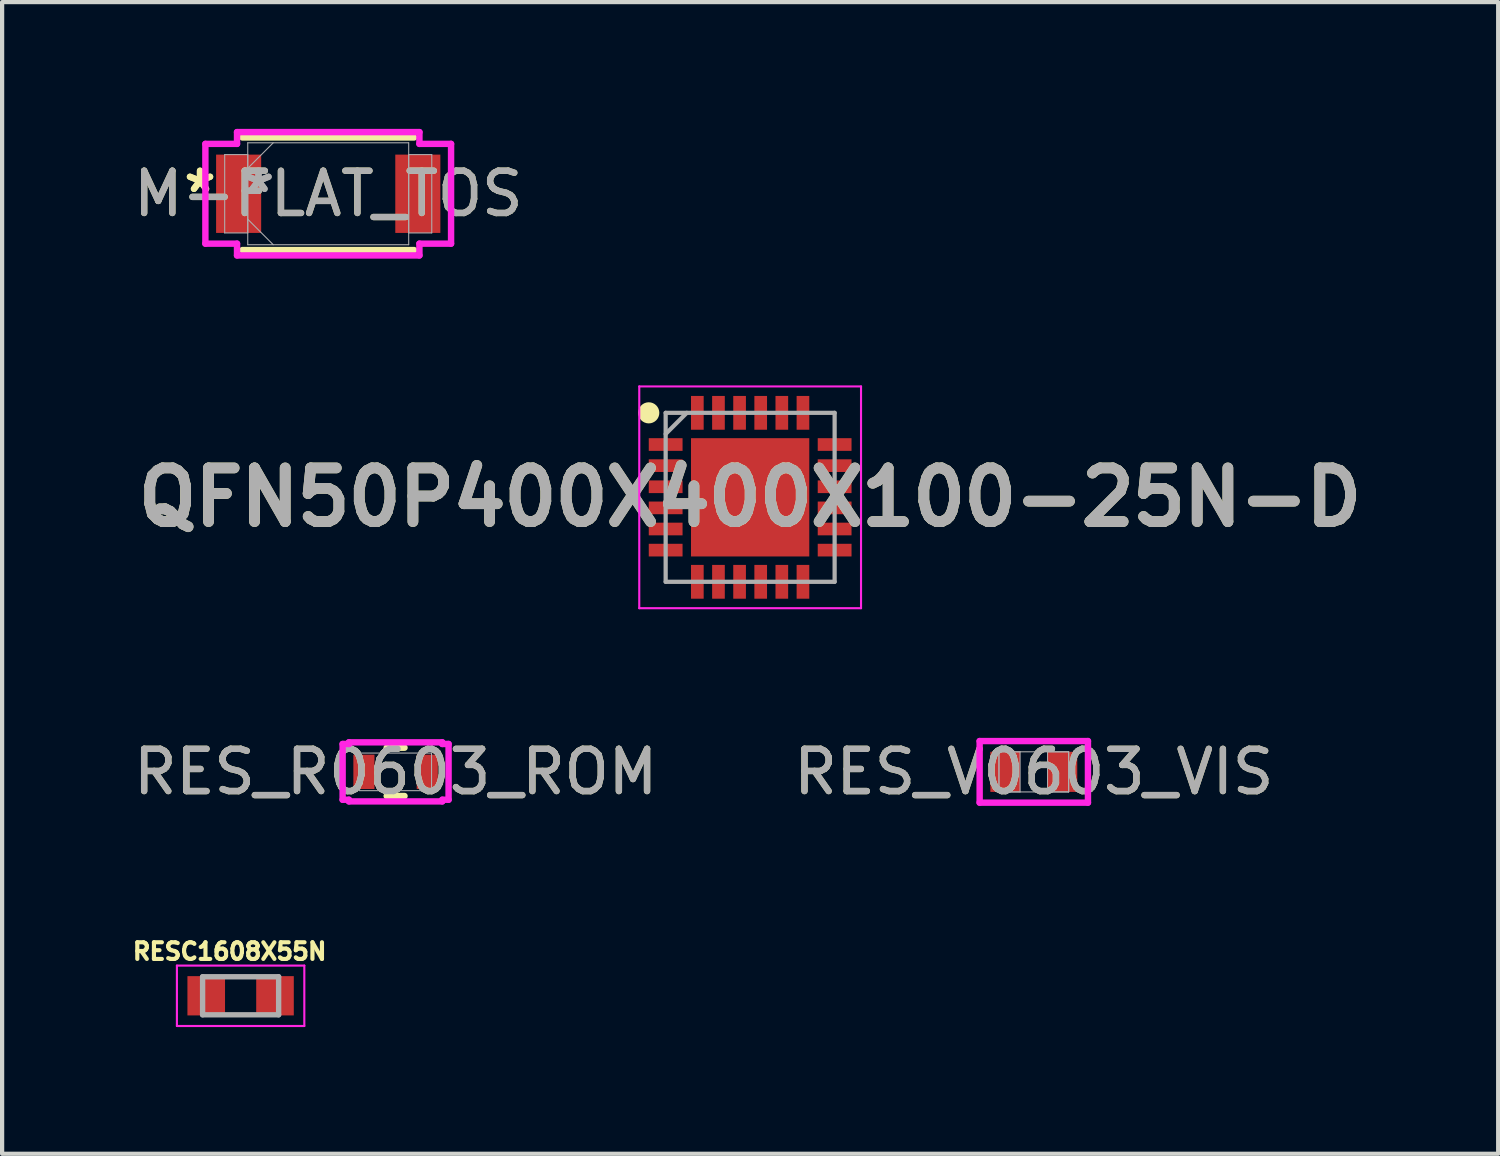
<source format=kicad_pcb>
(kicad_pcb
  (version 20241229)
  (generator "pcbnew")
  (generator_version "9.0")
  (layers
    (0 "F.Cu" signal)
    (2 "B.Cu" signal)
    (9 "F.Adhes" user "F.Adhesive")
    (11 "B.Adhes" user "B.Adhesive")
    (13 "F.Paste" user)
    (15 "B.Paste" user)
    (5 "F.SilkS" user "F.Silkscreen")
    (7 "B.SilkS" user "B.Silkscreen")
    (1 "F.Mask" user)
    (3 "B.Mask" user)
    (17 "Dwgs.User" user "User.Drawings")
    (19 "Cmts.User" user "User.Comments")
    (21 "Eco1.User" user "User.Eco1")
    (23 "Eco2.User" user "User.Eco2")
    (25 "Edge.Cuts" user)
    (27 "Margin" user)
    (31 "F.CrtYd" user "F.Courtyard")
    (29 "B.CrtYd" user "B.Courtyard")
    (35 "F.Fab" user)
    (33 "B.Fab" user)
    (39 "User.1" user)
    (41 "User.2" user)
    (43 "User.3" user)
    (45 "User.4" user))
  (footprint "RES_V0603_VIS"
    (layer "F.Cu")
    (at 21.423 15.222)
    (property "Reference" "RES_V0603_VIS" (at 0 0 0) (unlocked yes) (layer "F.SilkS") (effects (font (size 1 1) (thickness 0.15))))
    (attr smd)
    (fp_line (start -1.282 -0.729) (end 1.282 -0.729) (stroke (width 0.152) (type solid)) (layer "F.CrtYd"))
    (fp_line (start -1.282 0.729) (end -1.282 -0.729) (stroke (width 0.152) (type solid)) (layer "F.CrtYd"))
    (fp_line (start 1.282 -0.729) (end 1.282 0.729) (stroke (width 0.152) (type solid)) (layer "F.CrtYd"))
    (fp_line (start 1.282 0.729) (end -1.282 0.729) (stroke (width 0.152) (type solid)) (layer "F.CrtYd"))
    (fp_line (start -0.825 -0.475) (end -0.825 0.475) (stroke (width 0.025) (type solid)) (layer "F.Fab"))
    (fp_line (start -0.825 -0.475) (end -0.825 0.475) (stroke (width 0.025) (type solid)) (layer "F.Fab"))
    (fp_line (start -0.825 0.475) (end -0.325 0.475) (stroke (width 0.025) (type solid)) (layer "F.Fab"))
    (fp_line (start -0.825 0.475) (end 0.825 0.475) (stroke (width 0.025) (type solid)) (layer "F.Fab"))
    (fp_line (start -0.325 -0.475) (end -0.825 -0.475) (stroke (width 0.025) (type solid)) (layer "F.Fab"))
    (fp_line (start -0.325 0.475) (end -0.325 -0.475) (stroke (width 0.025) (type solid)) (layer "F.Fab"))
    (fp_line (start 0.325 -0.475) (end 0.325 0.475) (stroke (width 0.025) (type solid)) (layer "F.Fab"))
    (fp_line (start 0.325 0.475) (end 0.825 0.475) (stroke (width 0.025) (type solid)) (layer "F.Fab"))
    (fp_line (start 0.825 -0.475) (end -0.825 -0.475) (stroke (width 0.025) (type solid)) (layer "F.Fab"))
    (fp_line (start 0.825 -0.475) (end 0.325 -0.475) (stroke (width 0.025) (type solid)) (layer "F.Fab"))
    (fp_line (start 0.825 0.475) (end 0.825 -0.475) (stroke (width 0.025) (type solid)) (layer "F.Fab"))
    (fp_line (start 0.825 0.475) (end 0.825 -0.475) (stroke (width 0.025) (type solid)) (layer "F.Fab"))
    (fp_text user "${REFERENCE}" (at 0 0 0) (unlocked yes) (layer "F.Fab") (effects (font (size 1 1) (thickness 0.15))))
    (pad "1" smd rect (at -0.677 0) (size 0.703 0.95) (layers "F.Cu" "F.Mask" "F.Paste"))
    (pad "2" smd rect (at 0.677 0) (size 0.703 0.95) (layers "F.Cu" "F.Mask" "F.Paste"))
    (zone (net_name "") (layer "F.Cu") (hatch full 0.508) (connect_pads) (min_thickness 0.254) (filled_areas_thickness no) (keepout (tracks not_allowed) (vias not_allowed) (pads allowed) (copperpour not_allowed) (footprints allowed)) (placement (enabled no)) (fill) (polygon (pts (xy 21.148 14.797) (xy 21.697 14.797) (xy 21.697 15.646) (xy 21.148 15.646)))))
  (footprint "RES_R0603_ROM"
    (layer "F.Cu")
    (at 6.315 15.222)
    (property "Reference" "RES_R0603_ROM" (at 0 0 0) (unlocked yes) (layer "F.SilkS") (effects (font (size 1 1) (thickness 0.15))))
    (attr smd)
    (fp_line (start -0.211 0.572) (end 0.211 0.572) (stroke (width 0.152) (type solid)) (layer "F.SilkS"))
    (fp_line (start 0.211 -0.572) (end -0.211 -0.572) (stroke (width 0.152) (type solid)) (layer "F.SilkS"))
    (fp_line (start -1.254 -0.66) (end -1.105 -0.66) (stroke (width 0.152) (type solid)) (layer "F.CrtYd"))
    (fp_line (start -1.254 0.66) (end -1.254 -0.66) (stroke (width 0.152) (type solid)) (layer "F.CrtYd"))
    (fp_line (start -1.105 -0.699) (end 1.105 -0.699) (stroke (width 0.152) (type solid)) (layer "F.CrtYd"))
    (fp_line (start -1.105 -0.66) (end -1.105 -0.699) (stroke (width 0.152) (type solid)) (layer "F.CrtYd"))
    (fp_line (start -1.105 0.66) (end -1.254 0.66) (stroke (width 0.152) (type solid)) (layer "F.CrtYd"))
    (fp_line (start -1.105 0.699) (end -1.105 0.66) (stroke (width 0.152) (type solid)) (layer "F.CrtYd"))
    (fp_line (start 1.105 -0.699) (end 1.105 -0.66) (stroke (width 0.152) (type solid)) (layer "F.CrtYd"))
    (fp_line (start 1.105 -0.66) (end 1.254 -0.66) (stroke (width 0.152) (type solid)) (layer "F.CrtYd"))
    (fp_line (start 1.105 0.66) (end 1.105 0.699) (stroke (width 0.152) (type solid)) (layer "F.CrtYd"))
    (fp_line (start 1.105 0.699) (end -1.105 0.699) (stroke (width 0.152) (type solid)) (layer "F.CrtYd"))
    (fp_line (start 1.254 -0.66) (end 1.254 0.66) (stroke (width 0.152) (type solid)) (layer "F.CrtYd"))
    (fp_line (start 1.254 0.66) (end 1.105 0.66) (stroke (width 0.152) (type solid)) (layer "F.CrtYd"))
    (fp_line (start -0.851 -0.445) (end -0.851 0.445) (stroke (width 0.025) (type solid)) (layer "F.Fab"))
    (fp_line (start -0.851 0.445) (end 0.851 0.445) (stroke (width 0.025) (type solid)) (layer "F.Fab"))
    (fp_line (start 0.851 -0.445) (end -0.851 -0.445) (stroke (width 0.025) (type solid)) (layer "F.Fab"))
    (fp_line (start 0.851 0.445) (end 0.851 -0.445) (stroke (width 0.025) (type solid)) (layer "F.Fab"))
    (fp_text user "${REFERENCE}" (at 0 0 0) (unlocked yes) (layer "F.Fab") (effects (font (size 1 1) (thickness 0.15))))
    (pad "1" smd rect (at -0.75 0) (size 0.5 0.813) (layers "F.Cu" "F.Mask" "F.Paste"))
    (pad "2" smd rect (at 0.75 0) (size 0.5 0.813) (layers "F.Cu" "F.Mask" "F.Paste"))
    (zone (net_name "") (layer "F.Cu") (hatch full 0.508) (connect_pads) (min_thickness 0.254) (filled_areas_thickness no) (keepout (tracks not_allowed) (vias not_allowed) (pads allowed) (copperpour not_allowed) (footprints allowed)) (placement (enabled no)) (fill) (polygon (pts (xy 5.866 14.828) (xy 6.765 14.828) (xy 6.765 15.615) (xy 5.866 15.615)))))
  (footprint "M-FLAT_TOS"
    (layer "F.Cu")
    (at 4.72 1.537)
    (property "Reference" "M-FLAT_TOS" (at 0 0 0) (unlocked yes) (layer "F.SilkS") (effects (font (size 1 1) (thickness 0.15))))
    (attr smd)
    (fp_line (start -2.032 1.333) (end 2.032 1.333) (stroke (width 0.152) (type solid)) (layer "F.SilkS"))
    (fp_line (start 2.032 -1.333) (end -2.032 -1.333) (stroke (width 0.152) (type solid)) (layer "F.SilkS"))
    (fp_line (start -2.908 -1.181) (end -2.159 -1.181) (stroke (width 0.152) (type solid)) (layer "F.CrtYd"))
    (fp_line (start -2.908 1.181) (end -2.908 -1.181) (stroke (width 0.152) (type solid)) (layer "F.CrtYd"))
    (fp_line (start -2.159 -1.46) (end 2.159 -1.46) (stroke (width 0.152) (type solid)) (layer "F.CrtYd"))
    (fp_line (start -2.159 -1.181) (end -2.159 -1.46) (stroke (width 0.152) (type solid)) (layer "F.CrtYd"))
    (fp_line (start -2.159 1.181) (end -2.908 1.181) (stroke (width 0.152) (type solid)) (layer "F.CrtYd"))
    (fp_line (start -2.159 1.46) (end -2.159 1.181) (stroke (width 0.152) (type solid)) (layer "F.CrtYd"))
    (fp_line (start 2.159 -1.46) (end 2.159 -1.181) (stroke (width 0.152) (type solid)) (layer "F.CrtYd"))
    (fp_line (start 2.159 -1.181) (end 2.908 -1.181) (stroke (width 0.152) (type solid)) (layer "F.CrtYd"))
    (fp_line (start 2.159 1.181) (end 2.159 1.46) (stroke (width 0.152) (type solid)) (layer "F.CrtYd"))
    (fp_line (start 2.159 1.46) (end -2.159 1.46) (stroke (width 0.152) (type solid)) (layer "F.CrtYd"))
    (fp_line (start 2.908 -1.181) (end 2.908 1.181) (stroke (width 0.152) (type solid)) (layer "F.CrtYd"))
    (fp_line (start 2.908 1.181) (end 2.159 1.181) (stroke (width 0.152) (type solid)) (layer "F.CrtYd"))
    (fp_line (start -2.451 -0.927) (end -2.451 0.927) (stroke (width 0.025) (type solid)) (layer "F.Fab"))
    (fp_line (start -2.451 0.927) (end -1.905 0.927) (stroke (width 0.025) (type solid)) (layer "F.Fab"))
    (fp_line (start -1.905 -1.206) (end -1.905 1.206) (stroke (width 0.025) (type solid)) (layer "F.Fab"))
    (fp_line (start -1.905 -0.927) (end -2.451 -0.927) (stroke (width 0.025) (type solid)) (layer "F.Fab"))
    (fp_line (start -1.905 -0.603) (end -1.302 -1.206) (stroke (width 0.025) (type solid)) (layer "F.Fab"))
    (fp_line (start -1.905 0.603) (end -1.302 1.206) (stroke (width 0.025) (type solid)) (layer "F.Fab"))
    (fp_line (start -1.905 0.927) (end -1.905 -0.927) (stroke (width 0.025) (type solid)) (layer "F.Fab"))
    (fp_line (start -1.905 1.206) (end 1.905 1.206) (stroke (width 0.025) (type solid)) (layer "F.Fab"))
    (fp_line (start 1.905 -1.206) (end -1.905 -1.206) (stroke (width 0.025) (type solid)) (layer "F.Fab"))
    (fp_line (start 1.905 -0.927) (end 1.905 0.927) (stroke (width 0.025) (type solid)) (layer "F.Fab"))
    (fp_line (start 1.905 0.927) (end 2.451 0.927) (stroke (width 0.025) (type solid)) (layer "F.Fab"))
    (fp_line (start 1.905 1.206) (end 1.905 -1.206) (stroke (width 0.025) (type solid)) (layer "F.Fab"))
    (fp_line (start 2.451 -0.927) (end 1.905 -0.927) (stroke (width 0.025) (type solid)) (layer "F.Fab"))
    (fp_line (start 2.451 0.927) (end 2.451 -0.927) (stroke (width 0.025) (type solid)) (layer "F.Fab"))
    (fp_text user "*" (at -3.035 0 0) (unlocked yes) (layer "F.SilkS") (effects (font (size 1 1) (thickness 0.15))))
    (fp_text user "*" (at -3.035 0 0) (layer "F.SilkS") (effects (font (size 1 1) (thickness 0.15))))
    (fp_text user "*" (at -1.651 0 0) (unlocked yes) (layer "F.Fab") (effects (font (size 1 1) (thickness 0.15))))
    (fp_text user "${REFERENCE}" (at 0 0 0) (unlocked yes) (layer "F.Fab") (effects (font (size 1 1) (thickness 0.15))))
    (fp_text user "*" (at -1.651 0 0) (layer "F.Fab") (effects (font (size 1 1) (thickness 0.15))))
    (pad "1" smd rect (at -2.121 0) (size 1.067 1.854) (layers "F.Cu" "F.Mask" "F.Paste"))
    (pad "2" smd rect (at 2.121 0) (size 1.067 1.854) (layers "F.Cu" "F.Mask" "F.Paste"))
    (zone (net_name "") (layer "F.Cu") (hatch full 0.508) (connect_pads) (min_thickness 0.254) (filled_areas_thickness no) (keepout (tracks not_allowed) (vias not_allowed) (pads allowed) (copperpour not_allowed) (footprints allowed)) (placement (enabled no)) (fill) (polygon (pts (xy 3.184 0.381) (xy 6.257 0.381) (xy 6.257 2.692) (xy 3.184 2.692)))))
  (footprint "RESC1608X55N"
    (layer "F.Cu")
    (at 2.646 20.523)
    (property "Reference" "RESC1608X55N" (at -0.26 -1.05 0) (layer "F.SilkS") (effects (font (size 0.394 0.394) (thickness 0.098))))
    (attr smd)
    (fp_line (start -1.508 -0.715) (end 1.508 -0.715) (stroke (width 0.05) (type solid)) (layer "F.CrtYd"))
    (fp_line (start -1.508 0.715) (end -1.508 -0.715) (stroke (width 0.05) (type solid)) (layer "F.CrtYd"))
    (fp_line (start -1.508 0.715) (end 1.508 0.715) (stroke (width 0.05) (type solid)) (layer "F.CrtYd"))
    (fp_line (start 1.508 0.715) (end 1.508 -0.715) (stroke (width 0.05) (type solid)) (layer "F.CrtYd"))
    (fp_line (start -0.9 0.45) (end -0.9 -0.45) (stroke (width 0.127) (type solid)) (layer "F.Fab"))
    (fp_line (start 0.9 -0.45) (end -0.9 -0.45) (stroke (width 0.127) (type solid)) (layer "F.Fab"))
    (fp_line (start 0.9 0.45) (end -0.9 0.45) (stroke (width 0.127) (type solid)) (layer "F.Fab"))
    (fp_line (start 0.9 0.45) (end 0.9 -0.45) (stroke (width 0.127) (type solid)) (layer "F.Fab"))
    (pad "1" smd rect (at -0.814 0) (size 0.89 0.93) (layers "F.Cu" "F.Mask" "F.Paste"))
    (pad "2" smd rect (at 0.814 0) (size 0.89 0.93) (layers "F.Cu" "F.Mask" "F.Paste")))
  (footprint "QFN50P400X400X100-25N-D"
    (layer "F.Cu")
    (at 14.708 8.723)
    (property "Reference" "QFN50P400X400X100-25N-D" (at 0 0 0) (layer "F.SilkS") (effects (font (size 1.27 1.27) (thickness 0.254))))
    (attr smd)
    (fp_circle (center -2.4 -2) (end -2.4 -1.875) (stroke (width 0.25) (type solid)) (fill no) (layer "F.SilkS"))
    (fp_line (start -2.625 -2.625) (end 2.625 -2.625) (stroke (width 0.05) (type solid)) (layer "F.CrtYd"))
    (fp_line (start -2.625 2.625) (end -2.625 -2.625) (stroke (width 0.05) (type solid)) (layer "F.CrtYd"))
    (fp_line (start 2.625 -2.625) (end 2.625 2.625) (stroke (width 0.05) (type solid)) (layer "F.CrtYd"))
    (fp_line (start 2.625 2.625) (end -2.625 2.625) (stroke (width 0.05) (type solid)) (layer "F.CrtYd"))
    (fp_line (start -2 -2) (end 2 -2) (stroke (width 0.1) (type solid)) (layer "F.Fab"))
    (fp_line (start -2 -1.5) (end -1.5 -2) (stroke (width 0.1) (type solid)) (layer "F.Fab"))
    (fp_line (start -2 2) (end -2 -2) (stroke (width 0.1) (type solid)) (layer "F.Fab"))
    (fp_line (start 2 -2) (end 2 2) (stroke (width 0.1) (type solid)) (layer "F.Fab"))
    (fp_line (start 2 2) (end -2 2) (stroke (width 0.1) (type solid)) (layer "F.Fab"))
    (fp_text user "${REFERENCE}" (at 0 0 0) (layer "F.Fab") (effects (font (size 1.27 1.27) (thickness 0.254))))
    (pad "1" smd rect (at -2 -1.25 90) (size 0.3 0.8) (layers "F.Cu" "F.Mask" "F.Paste"))
    (pad "2" smd rect (at -2 -0.75 90) (size 0.3 0.8) (layers "F.Cu" "F.Mask" "F.Paste"))
    (pad "3" smd rect (at -2 -0.25 90) (size 0.3 0.8) (layers "F.Cu" "F.Mask" "F.Paste"))
    (pad "4" smd rect (at -2 0.25 90) (size 0.3 0.8) (layers "F.Cu" "F.Mask" "F.Paste"))
    (pad "5" smd rect (at -2 0.75 90) (size 0.3 0.8) (layers "F.Cu" "F.Mask" "F.Paste"))
    (pad "6" smd rect (at -2 1.25 90) (size 0.3 0.8) (layers "F.Cu" "F.Mask" "F.Paste"))
    (pad "7" smd rect (at -1.25 2) (size 0.3 0.8) (layers "F.Cu" "F.Mask" "F.Paste"))
    (pad "8" smd rect (at -0.75 2) (size 0.3 0.8) (layers "F.Cu" "F.Mask" "F.Paste"))
    (pad "9" smd rect (at -0.25 2) (size 0.3 0.8) (layers "F.Cu" "F.Mask" "F.Paste"))
    (pad "10" smd rect (at 0.25 2) (size 0.3 0.8) (layers "F.Cu" "F.Mask" "F.Paste"))
    (pad "11" smd rect (at 0.75 2) (size 0.3 0.8) (layers "F.Cu" "F.Mask" "F.Paste"))
    (pad "12" smd rect (at 1.25 2) (size 0.3 0.8) (layers "F.Cu" "F.Mask" "F.Paste"))
    (pad "13" smd rect (at 2 1.25 90) (size 0.3 0.8) (layers "F.Cu" "F.Mask" "F.Paste"))
    (pad "14" smd rect (at 2 0.75 90) (size 0.3 0.8) (layers "F.Cu" "F.Mask" "F.Paste"))
    (pad "15" smd rect (at 2 0.25 90) (size 0.3 0.8) (layers "F.Cu" "F.Mask" "F.Paste"))
    (pad "16" smd rect (at 2 -0.25 90) (size 0.3 0.8) (layers "F.Cu" "F.Mask" "F.Paste"))
    (pad "17" smd rect (at 2 -0.75 90) (size 0.3 0.8) (layers "F.Cu" "F.Mask" "F.Paste"))
    (pad "18" smd rect (at 2 -1.25 90) (size 0.3 0.8) (layers "F.Cu" "F.Mask" "F.Paste"))
    (pad "19" smd rect (at 1.25 -2) (size 0.3 0.8) (layers "F.Cu" "F.Mask" "F.Paste"))
    (pad "20" smd rect (at 0.75 -2) (size 0.3 0.8) (layers "F.Cu" "F.Mask" "F.Paste"))
    (pad "21" smd rect (at 0.25 -2) (size 0.3 0.8) (layers "F.Cu" "F.Mask" "F.Paste"))
    (pad "22" smd rect (at -0.25 -2) (size 0.3 0.8) (layers "F.Cu" "F.Mask" "F.Paste"))
    (pad "23" smd rect (at -0.75 -2) (size 0.3 0.8) (layers "F.Cu" "F.Mask" "F.Paste"))
    (pad "24" smd rect (at -1.25 -2) (size 0.3 0.8) (layers "F.Cu" "F.Mask" "F.Paste"))
    (pad "25" smd rect (at 0 0) (size 2.8 2.8) (layers "F.Cu" "F.Mask" "F.Paste")))
  (gr_rect
    (start -3 -3)
    (end 32.416 24.263)
    (stroke (width 0.1) (type default))
    (fill no)
    (layer "Edge.Cuts")))
</source>
